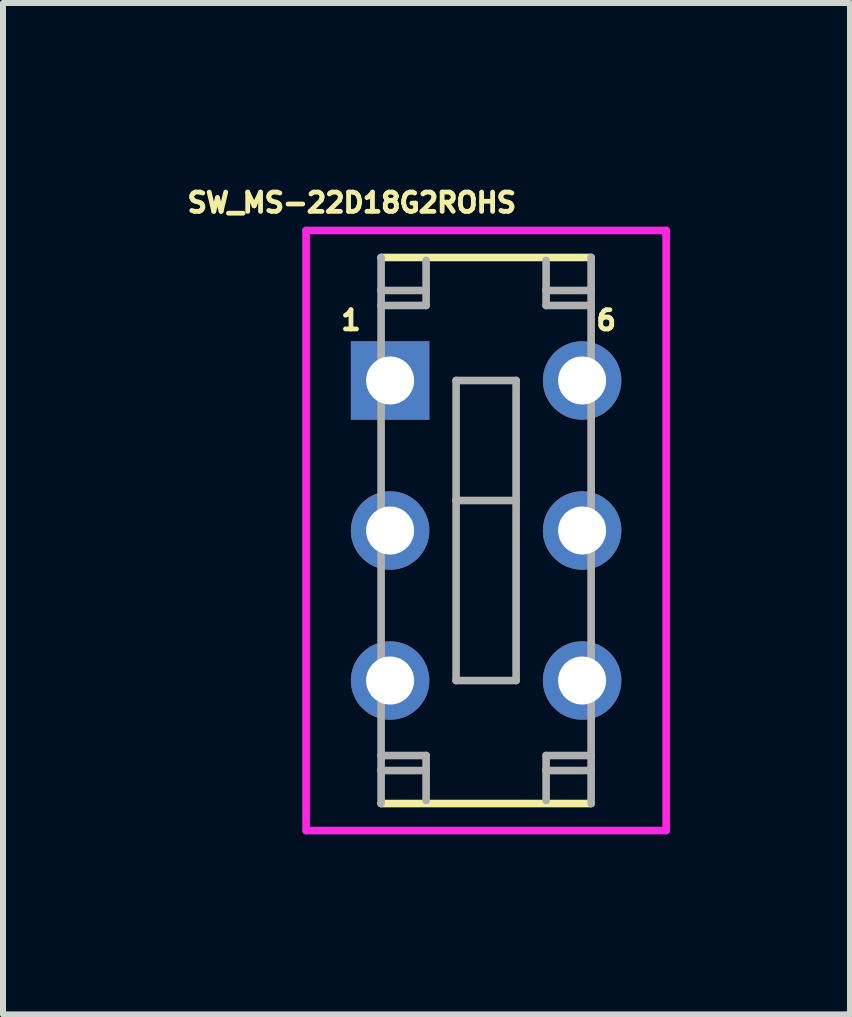
<source format=kicad_pcb>
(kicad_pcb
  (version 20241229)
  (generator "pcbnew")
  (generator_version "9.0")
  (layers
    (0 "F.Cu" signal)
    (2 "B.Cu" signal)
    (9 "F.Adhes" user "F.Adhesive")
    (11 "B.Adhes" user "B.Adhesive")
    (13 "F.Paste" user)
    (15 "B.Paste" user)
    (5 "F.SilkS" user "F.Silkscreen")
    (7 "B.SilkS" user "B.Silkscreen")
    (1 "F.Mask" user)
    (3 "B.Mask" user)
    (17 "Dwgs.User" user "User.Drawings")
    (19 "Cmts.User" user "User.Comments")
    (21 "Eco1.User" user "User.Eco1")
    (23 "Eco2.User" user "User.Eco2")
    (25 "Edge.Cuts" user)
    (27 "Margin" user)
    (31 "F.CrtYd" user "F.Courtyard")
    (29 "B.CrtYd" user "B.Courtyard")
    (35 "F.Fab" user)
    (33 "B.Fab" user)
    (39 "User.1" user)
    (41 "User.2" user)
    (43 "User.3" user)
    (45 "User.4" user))
  (footprint "SW_MS-22D18G2ROHS"
    (layer "F.Cu")
    (at 5.051 5.791)
    (property "Reference" "SW_MS-22D18G2ROHS" (at -2.238 -5.463 0) (layer "F.SilkS") (effects (font (size 0.321 0.321) (thickness 0.08))))
    (attr through_hole)
    (fp_line (start -1.75 4.55) (end 1.75 4.55) (stroke (width 0.127) (type solid)) (layer "F.SilkS"))
    (fp_line (start 1.75 -4.55) (end -1.75 -4.55) (stroke (width 0.127) (type solid)) (layer "F.SilkS"))
    (fp_line (start -3 -5) (end 3 -5) (stroke (width 0.127) (type solid)) (layer "F.CrtYd"))
    (fp_line (start -3 5) (end -3 -5) (stroke (width 0.127) (type solid)) (layer "F.CrtYd"))
    (fp_line (start 3 -5) (end 3 5) (stroke (width 0.127) (type solid)) (layer "F.CrtYd"))
    (fp_line (start 3 5) (end -3 5) (stroke (width 0.127) (type solid)) (layer "F.CrtYd"))
    (fp_line (start -1.75 -4.55) (end -1.75 -4) (stroke (width 0.127) (type solid)) (layer "F.Fab"))
    (fp_line (start -1.75 -4) (end -1.75 -3.75) (stroke (width 0.127) (type solid)) (layer "F.Fab"))
    (fp_line (start -1.75 -4) (end -1 -4) (stroke (width 0.127) (type solid)) (layer "F.Fab"))
    (fp_line (start -1.75 -3.75) (end -1.75 3.75) (stroke (width 0.127) (type solid)) (layer "F.Fab"))
    (fp_line (start -1.75 -3.75) (end -1 -3.75) (stroke (width 0.127) (type solid)) (layer "F.Fab"))
    (fp_line (start -1.75 3.75) (end -1.75 4) (stroke (width 0.127) (type solid)) (layer "F.Fab"))
    (fp_line (start -1.75 3.75) (end -1 3.75) (stroke (width 0.127) (type solid)) (layer "F.Fab"))
    (fp_line (start -1.75 4) (end -1.75 4.55) (stroke (width 0.127) (type solid)) (layer "F.Fab"))
    (fp_line (start -1.75 4) (end -1 4) (stroke (width 0.127) (type solid)) (layer "F.Fab"))
    (fp_line (start -1 -4) (end -1 -4.5) (stroke (width 0.127) (type solid)) (layer "F.Fab"))
    (fp_line (start -1 -3.75) (end -1 -4) (stroke (width 0.127) (type solid)) (layer "F.Fab"))
    (fp_line (start -1 3.75) (end -1 4) (stroke (width 0.127) (type solid)) (layer "F.Fab"))
    (fp_line (start -1 4) (end -1 4.5) (stroke (width 0.127) (type solid)) (layer "F.Fab"))
    (fp_line (start -0.5 -2.5) (end 0.5 -2.5) (stroke (width 0.127) (type solid)) (layer "F.Fab"))
    (fp_line (start -0.5 -0.5) (end -0.5 -2.5) (stroke (width 0.127) (type solid)) (layer "F.Fab"))
    (fp_line (start -0.5 -0.5) (end 0.5 -0.5) (stroke (width 0.127) (type solid)) (layer "F.Fab"))
    (fp_line (start -0.5 2.5) (end -0.5 -0.5) (stroke (width 0.127) (type solid)) (layer "F.Fab"))
    (fp_line (start 0.5 -2.5) (end 0.5 -0.5) (stroke (width 0.127) (type solid)) (layer "F.Fab"))
    (fp_line (start 0.5 -0.5) (end 0.5 2.5) (stroke (width 0.127) (type solid)) (layer "F.Fab"))
    (fp_line (start 0.5 2.5) (end -0.5 2.5) (stroke (width 0.127) (type solid)) (layer "F.Fab"))
    (fp_line (start 1 -4.5) (end 1 -4) (stroke (width 0.127) (type solid)) (layer "F.Fab"))
    (fp_line (start 1 -4) (end 1 -3.75) (stroke (width 0.127) (type solid)) (layer "F.Fab"))
    (fp_line (start 1 -4) (end 1.75 -4) (stroke (width 0.127) (type solid)) (layer "F.Fab"))
    (fp_line (start 1 -3.75) (end 1.75 -3.75) (stroke (width 0.127) (type solid)) (layer "F.Fab"))
    (fp_line (start 1 3.75) (end 1 4) (stroke (width 0.127) (type solid)) (layer "F.Fab"))
    (fp_line (start 1 4) (end 1 4.5) (stroke (width 0.127) (type solid)) (layer "F.Fab"))
    (fp_line (start 1 4) (end 1.75 4) (stroke (width 0.127) (type solid)) (layer "F.Fab"))
    (fp_line (start 1.75 -4) (end 1.75 -4.55) (stroke (width 0.127) (type solid)) (layer "F.Fab"))
    (fp_line (start 1.75 -3.75) (end 1.75 -4) (stroke (width 0.127) (type solid)) (layer "F.Fab"))
    (fp_line (start 1.75 3.75) (end 1 3.75) (stroke (width 0.127) (type solid)) (layer "F.Fab"))
    (fp_line (start 1.75 3.75) (end 1.75 -3.75) (stroke (width 0.127) (type solid)) (layer "F.Fab"))
    (fp_line (start 1.75 4) (end 1.75 3.75) (stroke (width 0.127) (type solid)) (layer "F.Fab"))
    (fp_line (start 1.75 4.55) (end 1.75 4) (stroke (width 0.127) (type solid)) (layer "F.Fab"))
    (fp_text user "1" (at -2.252 -3.503 0) (layer "F.SilkS") (effects (font (size 0.32 0.32) (thickness 0.15))))
    (fp_text user "6" (at 2.002 -3.503 0) (layer "F.SilkS") (effects (font (size 0.32 0.32) (thickness 0.15))))
    (pad "1" thru_hole rect (at -1.6 -2.5) (size 1.308 1.308) (drill 0.8) (layers "*.Cu" "*.Mask"))
    (pad "2" thru_hole circle (at -1.6 0) (size 1.308 1.308) (drill 0.8) (layers "*.Cu" "*.Mask"))
    (pad "3" thru_hole circle (at -1.6 2.5) (size 1.308 1.308) (drill 0.8) (layers "*.Cu" "*.Mask"))
    (pad "4" thru_hole circle (at 1.6 2.5) (size 1.308 1.308) (drill 0.8) (layers "*.Cu" "*.Mask"))
    (pad "5" thru_hole circle (at 1.6 0) (size 1.308 1.308) (drill 0.8) (layers "*.Cu" "*.Mask"))
    (pad "6" thru_hole circle (at 1.6 -2.5) (size 1.308 1.308) (drill 0.8) (layers "*.Cu" "*.Mask")))
  (gr_rect
    (start -3 -3)
    (end 11.115 13.855)
    (stroke (width 0.1) (type default))
    (fill no)
    (layer "Edge.Cuts")))
</source>
